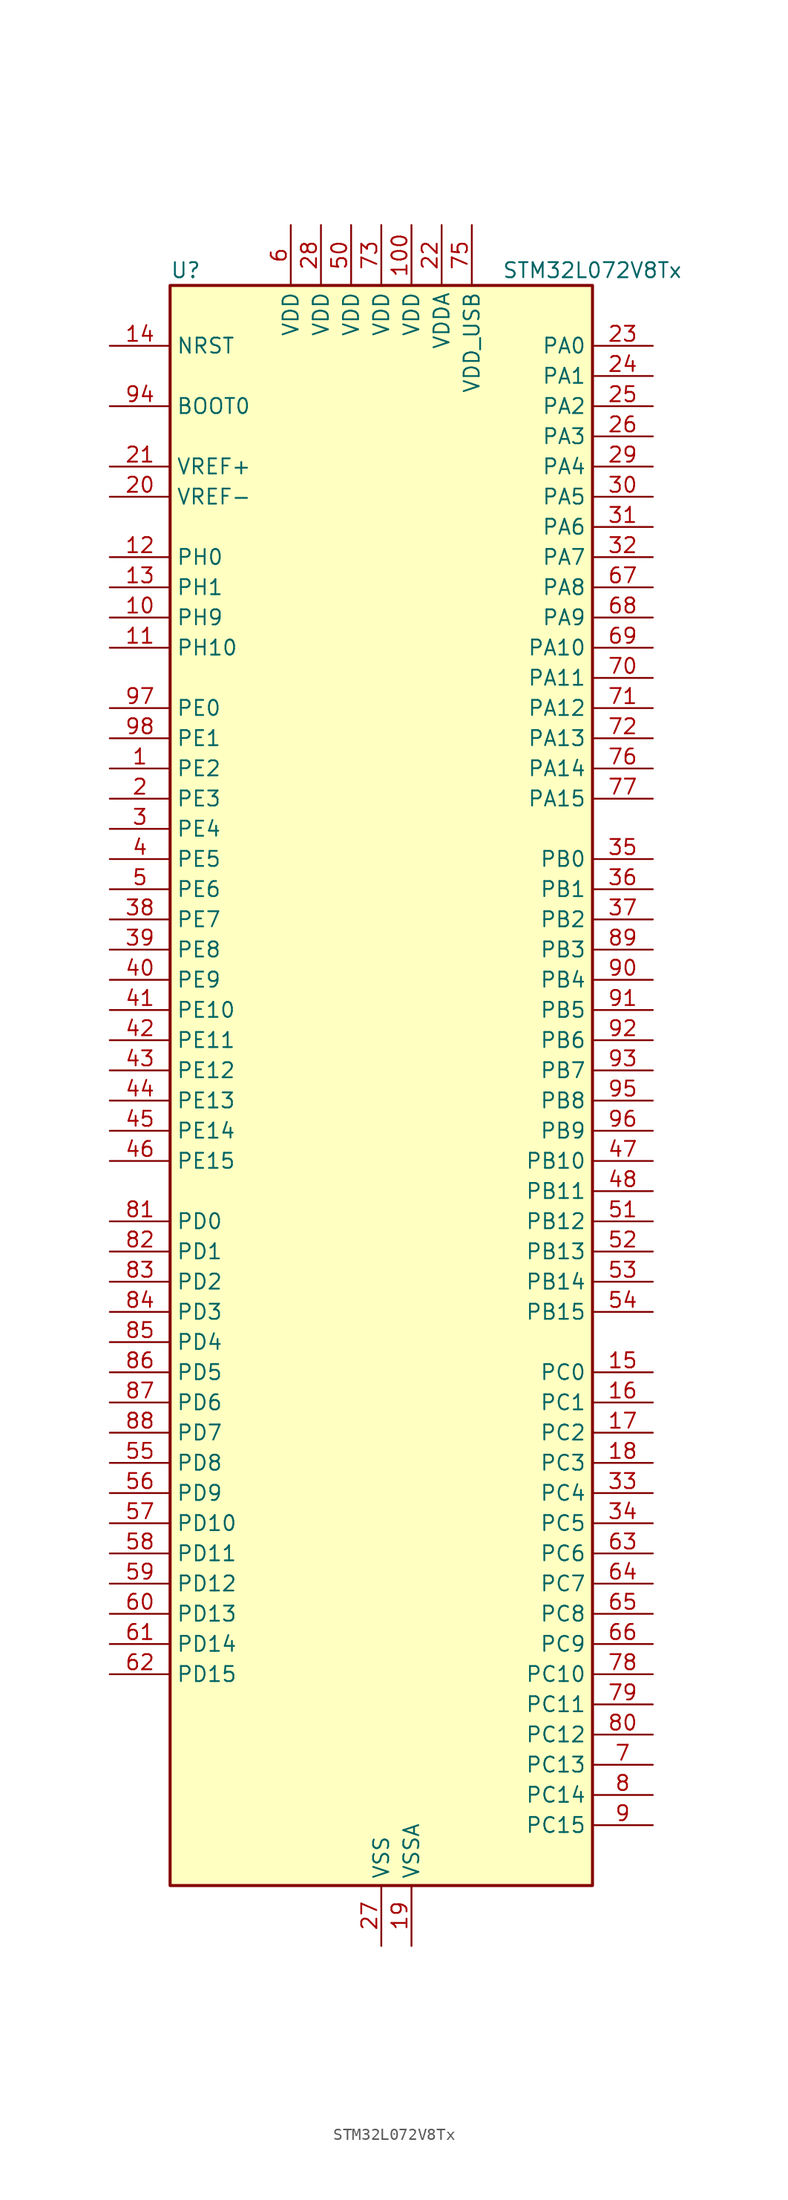
<source format=kicad_sym>
(kicad_symbol_lib
  (version 20241209)
  (generator "kicad_symbol_editor")
  (generator_version "9.0")
  (symbol "STM32L072V8Tx"
    (property "Reference" "U"
      (at -17.78 69.85 0)
      (effects (font (size 1.27 1.27)) (justify left)))
    (property "Value" "STM32L072V8Tx"
      (at 10.16 69.85 0)
      (effects (font (size 1.27 1.27)) (justify left)))
    (symbol "STM32L072V8Tx_0_1"
      (rectangle (start -17.78 -66.04) (end 17.78 68.58) (stroke (width 0.254) (type default)) (fill (type background))))
    (symbol "STM32L072V8Tx_1_1"
      (pin input line (at -22.86 63.5 0) (length 5.08) (name "NRST" (effects (font (size 1.27 1.27)))) (number "14" (effects (font (size 1.27 1.27)))))
      (pin input line (at -22.86 58.42 0) (length 5.08) (name "BOOT0" (effects (font (size 1.27 1.27)))) (number "94" (effects (font (size 1.27 1.27)))))
      (pin input line (at -22.86 53.34 0) (length 5.08) (name "VREF+" (effects (font (size 1.27 1.27)))) (number "21" (effects (font (size 1.27 1.27)))))
      (pin input line (at -22.86 50.8 0) (length 5.08) (name "VREF-" (effects (font (size 1.27 1.27)))) (number "20" (effects (font (size 1.27 1.27)))))
      (pin bidirectional line (at -22.86 45.72 0) (length 5.08) (name "PH0" (effects (font (size 1.27 1.27)))) (number "12" (effects (font (size 1.27 1.27)))) (alternate "CRS_SYNC" bidirectional line) (alternate "RCC_OSC_IN" bidirectional line))
      (pin bidirectional line (at -22.86 43.18 0) (length 5.08) (name "PH1" (effects (font (size 1.27 1.27)))) (number "13" (effects (font (size 1.27 1.27)))) (alternate "RCC_OSC_OUT" bidirectional line))
      (pin bidirectional line (at -22.86 40.64 0) (length 5.08) (name "PH9" (effects (font (size 1.27 1.27)))) (number "10" (effects (font (size 1.27 1.27)))) (alternate "DAC_EXTI9" bidirectional line))
      (pin bidirectional line (at -22.86 38.1 0) (length 5.08) (name "PH10" (effects (font (size 1.27 1.27)))) (number "11" (effects (font (size 1.27 1.27)))))
      (pin bidirectional line (at -22.86 33.02 0) (length 5.08) (name "PE0" (effects (font (size 1.27 1.27)))) (number "97" (effects (font (size 1.27 1.27)))))
      (pin bidirectional line (at -22.86 30.48 0) (length 5.08) (name "PE1" (effects (font (size 1.27 1.27)))) (number "98" (effects (font (size 1.27 1.27)))))
      (pin bidirectional line (at -22.86 27.94 0) (length 5.08) (name "PE2" (effects (font (size 1.27 1.27)))) (number "1" (effects (font (size 1.27 1.27)))) (alternate "TIM3_ETR" bidirectional line))
      (pin bidirectional line (at -22.86 25.4 0) (length 5.08) (name "PE3" (effects (font (size 1.27 1.27)))) (number "2" (effects (font (size 1.27 1.27)))) (alternate "TIM22_CH1" bidirectional line) (alternate "TIM3_CH1" bidirectional line))
      (pin bidirectional line (at -22.86 22.86 0) (length 5.08) (name "PE4" (effects (font (size 1.27 1.27)))) (number "3" (effects (font (size 1.27 1.27)))) (alternate "TIM22_CH2" bidirectional line) (alternate "TIM3_CH2" bidirectional line))
      (pin bidirectional line (at -22.86 20.32 0) (length 5.08) (name "PE5" (effects (font (size 1.27 1.27)))) (number "4" (effects (font (size 1.27 1.27)))) (alternate "TIM21_CH1" bidirectional line) (alternate "TIM3_CH3" bidirectional line))
      (pin bidirectional line (at -22.86 17.78 0) (length 5.08) (name "PE6" (effects (font (size 1.27 1.27)))) (number "5" (effects (font (size 1.27 1.27)))) (alternate "RTC_TAMP3" bidirectional line) (alternate "SYS_WKUP3" bidirectional line) (alternate "TIM21_CH2" bidirectional line) (alternate "TIM3_CH4" bidirectional line))
      (pin bidirectional line (at -22.86 15.24 0) (length 5.08) (name "PE7" (effects (font (size 1.27 1.27)))) (number "38" (effects (font (size 1.27 1.27)))) (alternate "USART5_CK" bidirectional line) (alternate "USART5_DE" bidirectional line) (alternate "USART5_RTS" bidirectional line))
      (pin bidirectional line (at -22.86 12.7 0) (length 5.08) (name "PE8" (effects (font (size 1.27 1.27)))) (number "39" (effects (font (size 1.27 1.27)))) (alternate "USART4_TX" bidirectional line))
      (pin bidirectional line (at -22.86 10.16 0) (length 5.08) (name "PE9" (effects (font (size 1.27 1.27)))) (number "40" (effects (font (size 1.27 1.27)))) (alternate "DAC_EXTI9" bidirectional line) (alternate "TIM2_CH1" bidirectional line) (alternate "TIM2_ETR" bidirectional line) (alternate "USART4_RX" bidirectional line))
      (pin bidirectional line (at -22.86 7.62 0) (length 5.08) (name "PE10" (effects (font (size 1.27 1.27)))) (number "41" (effects (font (size 1.27 1.27)))) (alternate "TIM2_CH2" bidirectional line) (alternate "USART5_TX" bidirectional line))
      (pin bidirectional line (at -22.86 5.08 0) (length 5.08) (name "PE11" (effects (font (size 1.27 1.27)))) (number "42" (effects (font (size 1.27 1.27)))) (alternate "ADC_EXTI11" bidirectional line) (alternate "TIM2_CH3" bidirectional line) (alternate "USART5_RX" bidirectional line))
      (pin bidirectional line (at -22.86 2.54 0) (length 5.08) (name "PE12" (effects (font (size 1.27 1.27)))) (number "43" (effects (font (size 1.27 1.27)))) (alternate "SPI1_NSS" bidirectional line) (alternate "TIM2_CH4" bidirectional line))
      (pin bidirectional line (at -22.86 0 0) (length 5.08) (name "PE13" (effects (font (size 1.27 1.27)))) (number "44" (effects (font (size 1.27 1.27)))) (alternate "SPI1_SCK" bidirectional line))
      (pin bidirectional line (at -22.86 -2.54 0) (length 5.08) (name "PE14" (effects (font (size 1.27 1.27)))) (number "45" (effects (font (size 1.27 1.27)))) (alternate "SPI1_MISO" bidirectional line))
      (pin bidirectional line (at -22.86 -5.08 0) (length 5.08) (name "PE15" (effects (font (size 1.27 1.27)))) (number "46" (effects (font (size 1.27 1.27)))) (alternate "SPI1_MOSI" bidirectional line))
      (pin bidirectional line (at -22.86 -10.16 0) (length 5.08) (name "PD0" (effects (font (size 1.27 1.27)))) (number "81" (effects (font (size 1.27 1.27)))) (alternate "I2S2_WS" bidirectional line) (alternate "SPI2_NSS" bidirectional line) (alternate "TIM21_CH1" bidirectional line))
      (pin bidirectional line (at -22.86 -12.7 0) (length 5.08) (name "PD1" (effects (font (size 1.27 1.27)))) (number "82" (effects (font (size 1.27 1.27)))) (alternate "I2S2_CK" bidirectional line) (alternate "SPI2_SCK" bidirectional line))
      (pin bidirectional line (at -22.86 -15.24 0) (length 5.08) (name "PD2" (effects (font (size 1.27 1.27)))) (number "83" (effects (font (size 1.27 1.27)))) (alternate "LPUART1_DE" bidirectional line) (alternate "LPUART1_RTS" bidirectional line) (alternate "TIM3_ETR" bidirectional line) (alternate "USART5_RX" bidirectional line))
      (pin bidirectional line (at -22.86 -17.78 0) (length 5.08) (name "PD3" (effects (font (size 1.27 1.27)))) (number "84" (effects (font (size 1.27 1.27)))) (alternate "I2S2_MCK" bidirectional line) (alternate "SPI2_MISO" bidirectional line) (alternate "USART2_CTS" bidirectional line))
      (pin bidirectional line (at -22.86 -20.32 0) (length 5.08) (name "PD4" (effects (font (size 1.27 1.27)))) (number "85" (effects (font (size 1.27 1.27)))) (alternate "I2S2_SD" bidirectional line) (alternate "SPI2_MOSI" bidirectional line) (alternate "USART2_DE" bidirectional line) (alternate "USART2_RTS" bidirectional line))
      (pin bidirectional line (at -22.86 -22.86 0) (length 5.08) (name "PD5" (effects (font (size 1.27 1.27)))) (number "86" (effects (font (size 1.27 1.27)))) (alternate "USART2_TX" bidirectional line))
      (pin bidirectional line (at -22.86 -25.4 0) (length 5.08) (name "PD6" (effects (font (size 1.27 1.27)))) (number "87" (effects (font (size 1.27 1.27)))) (alternate "USART2_RX" bidirectional line))
      (pin bidirectional line (at -22.86 -27.94 0) (length 5.08) (name "PD7" (effects (font (size 1.27 1.27)))) (number "88" (effects (font (size 1.27 1.27)))) (alternate "TIM21_CH2" bidirectional line) (alternate "USART2_CK" bidirectional line))
      (pin bidirectional line (at -22.86 -30.48 0) (length 5.08) (name "PD8" (effects (font (size 1.27 1.27)))) (number "55" (effects (font (size 1.27 1.27)))) (alternate "LPUART1_TX" bidirectional line))
      (pin bidirectional line (at -22.86 -33.02 0) (length 5.08) (name "PD9" (effects (font (size 1.27 1.27)))) (number "56" (effects (font (size 1.27 1.27)))) (alternate "DAC_EXTI9" bidirectional line) (alternate "LPUART1_RX" bidirectional line))
      (pin bidirectional line (at -22.86 -35.56 0) (length 5.08) (name "PD10" (effects (font (size 1.27 1.27)))) (number "57" (effects (font (size 1.27 1.27)))))
      (pin bidirectional line (at -22.86 -38.1 0) (length 5.08) (name "PD11" (effects (font (size 1.27 1.27)))) (number "58" (effects (font (size 1.27 1.27)))) (alternate "ADC_EXTI11" bidirectional line) (alternate "LPUART1_CTS" bidirectional line))
      (pin bidirectional line (at -22.86 -40.64 0) (length 5.08) (name "PD12" (effects (font (size 1.27 1.27)))) (number "59" (effects (font (size 1.27 1.27)))) (alternate "LPUART1_DE" bidirectional line) (alternate "LPUART1_RTS" bidirectional line))
      (pin bidirectional line (at -22.86 -43.18 0) (length 5.08) (name "PD13" (effects (font (size 1.27 1.27)))) (number "60" (effects (font (size 1.27 1.27)))))
      (pin bidirectional line (at -22.86 -45.72 0) (length 5.08) (name "PD14" (effects (font (size 1.27 1.27)))) (number "61" (effects (font (size 1.27 1.27)))))
      (pin bidirectional line (at -22.86 -48.26 0) (length 5.08) (name "PD15" (effects (font (size 1.27 1.27)))) (number "62" (effects (font (size 1.27 1.27)))) (alternate "CRS_SYNC" bidirectional line))
      (pin power_in line (at -7.62 73.66 270) (length 5.08) (name "VDD" (effects (font (size 1.27 1.27)))) (number "6" (effects (font (size 1.27 1.27)))))
      (pin power_in line (at -5.08 73.66 270) (length 5.08) (name "VDD" (effects (font (size 1.27 1.27)))) (number "28" (effects (font (size 1.27 1.27)))))
      (pin power_in line (at -2.54 73.66 270) (length 5.08) (name "VDD" (effects (font (size 1.27 1.27)))) (number "50" (effects (font (size 1.27 1.27)))))
      (pin power_in line (at 0 73.66 270) (length 5.08) (name "VDD" (effects (font (size 1.27 1.27)))) (number "73" (effects (font (size 1.27 1.27)))))
      (pin power_in line (at 0 -71.12 90) (length 5.08) (name "VSS" (effects (font (size 1.27 1.27)))) (number "27" (effects (font (size 1.27 1.27)))))
      (pin passive line (at 0 -71.12 90) (length 5.08) (hide yes) (name "VSS" (effects (font (size 1.27 1.27)))) (number "49" (effects (font (size 1.27 1.27)))))
      (pin passive line (at 0 -71.12 90) (length 5.08) (hide yes) (name "VSS" (effects (font (size 1.27 1.27)))) (number "74" (effects (font (size 1.27 1.27)))))
      (pin passive line (at 0 -71.12 90) (length 5.08) (hide yes) (name "VSS" (effects (font (size 1.27 1.27)))) (number "99" (effects (font (size 1.27 1.27)))))
      (pin power_in line (at 2.54 73.66 270) (length 5.08) (name "VDD" (effects (font (size 1.27 1.27)))) (number "100" (effects (font (size 1.27 1.27)))))
      (pin power_in line (at 2.54 -71.12 90) (length 5.08) (name "VSSA" (effects (font (size 1.27 1.27)))) (number "19" (effects (font (size 1.27 1.27)))))
      (pin power_in line (at 5.08 73.66 270) (length 5.08) (name "VDDA" (effects (font (size 1.27 1.27)))) (number "22" (effects (font (size 1.27 1.27)))))
      (pin power_in line (at 7.62 73.66 270) (length 5.08) (name "VDD_USB" (effects (font (size 1.27 1.27)))) (number "75" (effects (font (size 1.27 1.27)))))
      (pin bidirectional line (at 22.86 63.5 180) (length 5.08) (name "PA0" (effects (font (size 1.27 1.27)))) (number "23" (effects (font (size 1.27 1.27)))) (alternate "ADC_IN0" bidirectional line) (alternate "COMP1_INM" bidirectional line) (alternate "COMP1_OUT" bidirectional line) (alternate "RTC_TAMP2" bidirectional line) (alternate "SYS_WKUP1" bidirectional line) (alternate "TIM2_CH1" bidirectional line) (alternate "TIM2_ETR" bidirectional line) (alternate "TSC_G1_IO1" bidirectional line) (alternate "USART2_CTS" bidirectional line) (alternate "USART4_TX" bidirectional line))
      (pin bidirectional line (at 22.86 60.96 180) (length 5.08) (name "PA1" (effects (font (size 1.27 1.27)))) (number "24" (effects (font (size 1.27 1.27)))) (alternate "ADC_IN1" bidirectional line) (alternate "COMP1_INP" bidirectional line) (alternate "TIM21_ETR" bidirectional line) (alternate "TIM2_CH2" bidirectional line) (alternate "TSC_G1_IO2" bidirectional line) (alternate "USART2_DE" bidirectional line) (alternate "USART2_RTS" bidirectional line) (alternate "USART4_RX" bidirectional line))
      (pin bidirectional line (at 22.86 58.42 180) (length 5.08) (name "PA2" (effects (font (size 1.27 1.27)))) (number "25" (effects (font (size 1.27 1.27)))) (alternate "ADC_IN2" bidirectional line) (alternate "COMP2_INM" bidirectional line) (alternate "COMP2_OUT" bidirectional line) (alternate "LPUART1_TX" bidirectional line) (alternate "TIM21_CH1" bidirectional line) (alternate "TIM2_CH3" bidirectional line) (alternate "TSC_G1_IO3" bidirectional line) (alternate "USART2_TX" bidirectional line))
      (pin bidirectional line (at 22.86 55.88 180) (length 5.08) (name "PA3" (effects (font (size 1.27 1.27)))) (number "26" (effects (font (size 1.27 1.27)))) (alternate "ADC_IN3" bidirectional line) (alternate "COMP2_INP" bidirectional line) (alternate "LPUART1_RX" bidirectional line) (alternate "TIM21_CH2" bidirectional line) (alternate "TIM2_CH4" bidirectional line) (alternate "TSC_G1_IO4" bidirectional line) (alternate "USART2_RX" bidirectional line))
      (pin bidirectional line (at 22.86 53.34 180) (length 5.08) (name "PA4" (effects (font (size 1.27 1.27)))) (number "29" (effects (font (size 1.27 1.27)))) (alternate "ADC_IN4" bidirectional line) (alternate "COMP1_INM" bidirectional line) (alternate "COMP2_INM" bidirectional line) (alternate "DAC_OUT1" bidirectional line) (alternate "SPI1_NSS" bidirectional line) (alternate "TIM22_ETR" bidirectional line) (alternate "TSC_G2_IO1" bidirectional line) (alternate "USART2_CK" bidirectional line))
      (pin bidirectional line (at 22.86 50.8 180) (length 5.08) (name "PA5" (effects (font (size 1.27 1.27)))) (number "30" (effects (font (size 1.27 1.27)))) (alternate "ADC_IN5" bidirectional line) (alternate "COMP1_INM" bidirectional line) (alternate "COMP2_INM" bidirectional line) (alternate "DAC_OUT2" bidirectional line) (alternate "SPI1_SCK" bidirectional line) (alternate "TIM2_CH1" bidirectional line) (alternate "TIM2_ETR" bidirectional line) (alternate "TSC_G2_IO2" bidirectional line))
      (pin bidirectional line (at 22.86 48.26 180) (length 5.08) (name "PA6" (effects (font (size 1.27 1.27)))) (number "31" (effects (font (size 1.27 1.27)))) (alternate "ADC_IN6" bidirectional line) (alternate "COMP1_OUT" bidirectional line) (alternate "LPUART1_CTS" bidirectional line) (alternate "SPI1_MISO" bidirectional line) (alternate "TIM22_CH1" bidirectional line) (alternate "TIM3_CH1" bidirectional line) (alternate "TSC_G2_IO3" bidirectional line))
      (pin bidirectional line (at 22.86 45.72 180) (length 5.08) (name "PA7" (effects (font (size 1.27 1.27)))) (number "32" (effects (font (size 1.27 1.27)))) (alternate "ADC_IN7" bidirectional line) (alternate "COMP2_OUT" bidirectional line) (alternate "SPI1_MOSI" bidirectional line) (alternate "TIM22_CH2" bidirectional line) (alternate "TIM3_CH2" bidirectional line) (alternate "TSC_G2_IO4" bidirectional line))
      (pin bidirectional line (at 22.86 43.18 180) (length 5.08) (name "PA8" (effects (font (size 1.27 1.27)))) (number "67" (effects (font (size 1.27 1.27)))) (alternate "CRS_SYNC" bidirectional line) (alternate "I2C3_SCL" bidirectional line) (alternate "RCC_MCO" bidirectional line) (alternate "USART1_CK" bidirectional line))
      (pin bidirectional line (at 22.86 40.64 180) (length 5.08) (name "PA9" (effects (font (size 1.27 1.27)))) (number "68" (effects (font (size 1.27 1.27)))) (alternate "DAC_EXTI9" bidirectional line) (alternate "I2C1_SCL" bidirectional line) (alternate "I2C3_SMBA" bidirectional line) (alternate "RCC_MCO" bidirectional line) (alternate "TSC_G4_IO1" bidirectional line) (alternate "USART1_TX" bidirectional line))
      (pin bidirectional line (at 22.86 38.1 180) (length 5.08) (name "PA10" (effects (font (size 1.27 1.27)))) (number "69" (effects (font (size 1.27 1.27)))) (alternate "I2C1_SDA" bidirectional line) (alternate "TSC_G4_IO2" bidirectional line) (alternate "USART1_RX" bidirectional line))
      (pin bidirectional line (at 22.86 35.56 180) (length 5.08) (name "PA11" (effects (font (size 1.27 1.27)))) (number "70" (effects (font (size 1.27 1.27)))) (alternate "ADC_EXTI11" bidirectional line) (alternate "COMP1_OUT" bidirectional line) (alternate "SPI1_MISO" bidirectional line) (alternate "TSC_G4_IO3" bidirectional line) (alternate "USART1_CTS" bidirectional line) (alternate "USB_DM" bidirectional line))
      (pin bidirectional line (at 22.86 33.02 180) (length 5.08) (name "PA12" (effects (font (size 1.27 1.27)))) (number "71" (effects (font (size 1.27 1.27)))) (alternate "COMP2_OUT" bidirectional line) (alternate "SPI1_MOSI" bidirectional line) (alternate "TSC_G4_IO4" bidirectional line) (alternate "USART1_DE" bidirectional line) (alternate "USART1_RTS" bidirectional line) (alternate "USB_DP" bidirectional line))
      (pin bidirectional line (at 22.86 30.48 180) (length 5.08) (name "PA13" (effects (font (size 1.27 1.27)))) (number "72" (effects (font (size 1.27 1.27)))) (alternate "LPUART1_RX" bidirectional line) (alternate "SYS_SWDIO" bidirectional line) (alternate "USB_NOE" bidirectional line))
      (pin bidirectional line (at 22.86 27.94 180) (length 5.08) (name "PA14" (effects (font (size 1.27 1.27)))) (number "76" (effects (font (size 1.27 1.27)))) (alternate "LPUART1_TX" bidirectional line) (alternate "SYS_SWCLK" bidirectional line) (alternate "USART2_TX" bidirectional line))
      (pin bidirectional line (at 22.86 25.4 180) (length 5.08) (name "PA15" (effects (font (size 1.27 1.27)))) (number "77" (effects (font (size 1.27 1.27)))) (alternate "SPI1_NSS" bidirectional line) (alternate "TIM2_CH1" bidirectional line) (alternate "TIM2_ETR" bidirectional line) (alternate "USART2_RX" bidirectional line) (alternate "USART4_DE" bidirectional line) (alternate "USART4_RTS" bidirectional line))
      (pin bidirectional line (at 22.86 20.32 180) (length 5.08) (name "PB0" (effects (font (size 1.27 1.27)))) (number "35" (effects (font (size 1.27 1.27)))) (alternate "ADC_IN8" bidirectional line) (alternate "SYS_VREF_OUT_PB0" bidirectional line) (alternate "TIM3_CH3" bidirectional line) (alternate "TSC_G3_IO2" bidirectional line))
      (pin bidirectional line (at 22.86 17.78 180) (length 5.08) (name "PB1" (effects (font (size 1.27 1.27)))) (number "36" (effects (font (size 1.27 1.27)))) (alternate "ADC_IN9" bidirectional line) (alternate "LPUART1_DE" bidirectional line) (alternate "LPUART1_RTS" bidirectional line) (alternate "SYS_VREF_OUT_PB1" bidirectional line) (alternate "TIM3_CH4" bidirectional line) (alternate "TSC_G3_IO3" bidirectional line))
      (pin bidirectional line (at 22.86 15.24 180) (length 5.08) (name "PB2" (effects (font (size 1.27 1.27)))) (number "37" (effects (font (size 1.27 1.27)))) (alternate "I2C3_SMBA" bidirectional line) (alternate "LPTIM1_OUT" bidirectional line) (alternate "TSC_G3_IO4" bidirectional line))
      (pin bidirectional line (at 22.86 12.7 180) (length 5.08) (name "PB3" (effects (font (size 1.27 1.27)))) (number "89" (effects (font (size 1.27 1.27)))) (alternate "COMP2_INM" bidirectional line) (alternate "SPI1_SCK" bidirectional line) (alternate "TIM2_CH2" bidirectional line) (alternate "TSC_G5_IO1" bidirectional line) (alternate "USART1_DE" bidirectional line) (alternate "USART1_RTS" bidirectional line) (alternate "USART5_TX" bidirectional line))
      (pin bidirectional line (at 22.86 10.16 180) (length 5.08) (name "PB4" (effects (font (size 1.27 1.27)))) (number "90" (effects (font (size 1.27 1.27)))) (alternate "COMP2_INP" bidirectional line) (alternate "I2C3_SDA" bidirectional line) (alternate "SPI1_MISO" bidirectional line) (alternate "TIM22_CH1" bidirectional line) (alternate "TIM3_CH1" bidirectional line) (alternate "TSC_G5_IO2" bidirectional line) (alternate "USART1_CTS" bidirectional line) (alternate "USART5_RX" bidirectional line))
      (pin bidirectional line (at 22.86 7.62 180) (length 5.08) (name "PB5" (effects (font (size 1.27 1.27)))) (number "91" (effects (font (size 1.27 1.27)))) (alternate "COMP2_INP" bidirectional line) (alternate "I2C1_SMBA" bidirectional line) (alternate "LPTIM1_IN1" bidirectional line) (alternate "SPI1_MOSI" bidirectional line) (alternate "TIM22_CH2" bidirectional line) (alternate "TIM3_CH2" bidirectional line) (alternate "USART1_CK" bidirectional line) (alternate "USART5_CK" bidirectional line) (alternate "USART5_DE" bidirectional line) (alternate "USART5_RTS" bidirectional line))
      (pin bidirectional line (at 22.86 5.08 180) (length 5.08) (name "PB6" (effects (font (size 1.27 1.27)))) (number "92" (effects (font (size 1.27 1.27)))) (alternate "COMP2_INP" bidirectional line) (alternate "I2C1_SCL" bidirectional line) (alternate "LPTIM1_ETR" bidirectional line) (alternate "TSC_G5_IO3" bidirectional line) (alternate "USART1_TX" bidirectional line))
      (pin bidirectional line (at 22.86 2.54 180) (length 5.08) (name "PB7" (effects (font (size 1.27 1.27)))) (number "93" (effects (font (size 1.27 1.27)))) (alternate "COMP2_INP" bidirectional line) (alternate "I2C1_SDA" bidirectional line) (alternate "LPTIM1_IN2" bidirectional line) (alternate "SYS_PVD_IN" bidirectional line) (alternate "TSC_G5_IO4" bidirectional line) (alternate "USART1_RX" bidirectional line) (alternate "USART4_CTS" bidirectional line))
      (pin bidirectional line (at 22.86 0 180) (length 5.08) (name "PB8" (effects (font (size 1.27 1.27)))) (number "95" (effects (font (size 1.27 1.27)))) (alternate "I2C1_SCL" bidirectional line) (alternate "TSC_SYNC" bidirectional line))
      (pin bidirectional line (at 22.86 -2.54 180) (length 5.08) (name "PB9" (effects (font (size 1.27 1.27)))) (number "96" (effects (font (size 1.27 1.27)))) (alternate "DAC_EXTI9" bidirectional line) (alternate "I2C1_SDA" bidirectional line) (alternate "I2S2_WS" bidirectional line) (alternate "SPI2_NSS" bidirectional line))
      (pin bidirectional line (at 22.86 -5.08 180) (length 5.08) (name "PB10" (effects (font (size 1.27 1.27)))) (number "47" (effects (font (size 1.27 1.27)))) (alternate "I2C2_SCL" bidirectional line) (alternate "LPUART1_RX" bidirectional line) (alternate "LPUART1_TX" bidirectional line) (alternate "SPI2_SCK" bidirectional line) (alternate "TIM2_CH3" bidirectional line) (alternate "TSC_SYNC" bidirectional line))
      (pin bidirectional line (at 22.86 -7.62 180) (length 5.08) (name "PB11" (effects (font (size 1.27 1.27)))) (number "48" (effects (font (size 1.27 1.27)))) (alternate "ADC_EXTI11" bidirectional line) (alternate "I2C2_SDA" bidirectional line) (alternate "LPUART1_RX" bidirectional line) (alternate "LPUART1_TX" bidirectional line) (alternate "TIM2_CH4" bidirectional line) (alternate "TSC_G6_IO1" bidirectional line))
      (pin bidirectional line (at 22.86 -10.16 180) (length 5.08) (name "PB12" (effects (font (size 1.27 1.27)))) (number "51" (effects (font (size 1.27 1.27)))) (alternate "I2S2_WS" bidirectional line) (alternate "LPUART1_DE" bidirectional line) (alternate "LPUART1_RTS" bidirectional line) (alternate "SPI2_NSS" bidirectional line) (alternate "TSC_G6_IO2" bidirectional line))
      (pin bidirectional line (at 22.86 -12.7 180) (length 5.08) (name "PB13" (effects (font (size 1.27 1.27)))) (number "52" (effects (font (size 1.27 1.27)))) (alternate "I2C2_SCL" bidirectional line) (alternate "I2S2_CK" bidirectional line) (alternate "LPUART1_CTS" bidirectional line) (alternate "RCC_MCO" bidirectional line) (alternate "SPI2_SCK" bidirectional line) (alternate "TIM21_CH1" bidirectional line) (alternate "TSC_G6_IO3" bidirectional line))
      (pin bidirectional line (at 22.86 -15.24 180) (length 5.08) (name "PB14" (effects (font (size 1.27 1.27)))) (number "53" (effects (font (size 1.27 1.27)))) (alternate "I2C2_SDA" bidirectional line) (alternate "I2S2_MCK" bidirectional line) (alternate "LPUART1_DE" bidirectional line) (alternate "LPUART1_RTS" bidirectional line) (alternate "RTC_OUT_ALARM" bidirectional line) (alternate "RTC_OUT_CALIB" bidirectional line) (alternate "SPI2_MISO" bidirectional line) (alternate "TIM21_CH2" bidirectional line) (alternate "TSC_G6_IO4" bidirectional line))
      (pin bidirectional line (at 22.86 -17.78 180) (length 5.08) (name "PB15" (effects (font (size 1.27 1.27)))) (number "54" (effects (font (size 1.27 1.27)))) (alternate "I2S2_SD" bidirectional line) (alternate "RTC_REFIN" bidirectional line) (alternate "SPI2_MOSI" bidirectional line))
      (pin bidirectional line (at 22.86 -22.86 180) (length 5.08) (name "PC0" (effects (font (size 1.27 1.27)))) (number "15" (effects (font (size 1.27 1.27)))) (alternate "ADC_IN10" bidirectional line) (alternate "I2C3_SCL" bidirectional line) (alternate "LPTIM1_IN1" bidirectional line) (alternate "LPUART1_RX" bidirectional line) (alternate "TSC_G7_IO1" bidirectional line))
      (pin bidirectional line (at 22.86 -25.4 180) (length 5.08) (name "PC1" (effects (font (size 1.27 1.27)))) (number "16" (effects (font (size 1.27 1.27)))) (alternate "ADC_IN11" bidirectional line) (alternate "I2C3_SDA" bidirectional line) (alternate "LPTIM1_OUT" bidirectional line) (alternate "LPUART1_TX" bidirectional line) (alternate "TSC_G7_IO2" bidirectional line))
      (pin bidirectional line (at 22.86 -27.94 180) (length 5.08) (name "PC2" (effects (font (size 1.27 1.27)))) (number "17" (effects (font (size 1.27 1.27)))) (alternate "ADC_IN12" bidirectional line) (alternate "I2S2_MCK" bidirectional line) (alternate "LPTIM1_IN2" bidirectional line) (alternate "SPI2_MISO" bidirectional line) (alternate "TSC_G7_IO3" bidirectional line))
      (pin bidirectional line (at 22.86 -30.48 180) (length 5.08) (name "PC3" (effects (font (size 1.27 1.27)))) (number "18" (effects (font (size 1.27 1.27)))) (alternate "ADC_IN13" bidirectional line) (alternate "I2S2_SD" bidirectional line) (alternate "LPTIM1_ETR" bidirectional line) (alternate "SPI2_MOSI" bidirectional line) (alternate "TSC_G7_IO4" bidirectional line))
      (pin bidirectional line (at 22.86 -33.02 180) (length 5.08) (name "PC4" (effects (font (size 1.27 1.27)))) (number "33" (effects (font (size 1.27 1.27)))) (alternate "ADC_IN14" bidirectional line) (alternate "LPUART1_TX" bidirectional line))
      (pin bidirectional line (at 22.86 -35.56 180) (length 5.08) (name "PC5" (effects (font (size 1.27 1.27)))) (number "34" (effects (font (size 1.27 1.27)))) (alternate "ADC_IN15" bidirectional line) (alternate "LPUART1_RX" bidirectional line) (alternate "TSC_G3_IO1" bidirectional line))
      (pin bidirectional line (at 22.86 -38.1 180) (length 5.08) (name "PC6" (effects (font (size 1.27 1.27)))) (number "63" (effects (font (size 1.27 1.27)))) (alternate "TIM22_CH1" bidirectional line) (alternate "TIM3_CH1" bidirectional line) (alternate "TSC_G8_IO1" bidirectional line))
      (pin bidirectional line (at 22.86 -40.64 180) (length 5.08) (name "PC7" (effects (font (size 1.27 1.27)))) (number "64" (effects (font (size 1.27 1.27)))) (alternate "TIM22_CH2" bidirectional line) (alternate "TIM3_CH2" bidirectional line) (alternate "TSC_G8_IO2" bidirectional line))
      (pin bidirectional line (at 22.86 -43.18 180) (length 5.08) (name "PC8" (effects (font (size 1.27 1.27)))) (number "65" (effects (font (size 1.27 1.27)))) (alternate "TIM22_ETR" bidirectional line) (alternate "TIM3_CH3" bidirectional line) (alternate "TSC_G8_IO3" bidirectional line))
      (pin bidirectional line (at 22.86 -45.72 180) (length 5.08) (name "PC9" (effects (font (size 1.27 1.27)))) (number "66" (effects (font (size 1.27 1.27)))) (alternate "DAC_EXTI9" bidirectional line) (alternate "I2C3_SDA" bidirectional line) (alternate "TIM21_ETR" bidirectional line) (alternate "TIM3_CH4" bidirectional line) (alternate "TSC_G8_IO4" bidirectional line) (alternate "USB_NOE" bidirectional line))
      (pin bidirectional line (at 22.86 -48.26 180) (length 5.08) (name "PC10" (effects (font (size 1.27 1.27)))) (number "78" (effects (font (size 1.27 1.27)))) (alternate "LPUART1_TX" bidirectional line) (alternate "USART4_TX" bidirectional line))
      (pin bidirectional line (at 22.86 -50.8 180) (length 5.08) (name "PC11" (effects (font (size 1.27 1.27)))) (number "79" (effects (font (size 1.27 1.27)))) (alternate "ADC_EXTI11" bidirectional line) (alternate "LPUART1_RX" bidirectional line) (alternate "USART4_RX" bidirectional line))
      (pin bidirectional line (at 22.86 -53.34 180) (length 5.08) (name "PC12" (effects (font (size 1.27 1.27)))) (number "80" (effects (font (size 1.27 1.27)))) (alternate "USART4_CK" bidirectional line) (alternate "USART5_TX" bidirectional line))
      (pin bidirectional line (at 22.86 -55.88 180) (length 5.08) (name "PC13" (effects (font (size 1.27 1.27)))) (number "7" (effects (font (size 1.27 1.27)))) (alternate "RTC_OUT_ALARM" bidirectional line) (alternate "RTC_OUT_CALIB" bidirectional line) (alternate "RTC_TAMP1" bidirectional line) (alternate "RTC_TS" bidirectional line) (alternate "SYS_WKUP2" bidirectional line))
      (pin bidirectional line (at 22.86 -58.42 180) (length 5.08) (name "PC14" (effects (font (size 1.27 1.27)))) (number "8" (effects (font (size 1.27 1.27)))) (alternate "RCC_OSC32_IN" bidirectional line))
      (pin bidirectional line (at 22.86 -60.96 180) (length 5.08) (name "PC15" (effects (font (size 1.27 1.27)))) (number "9" (effects (font (size 1.27 1.27)))) (alternate "RCC_OSC32_OUT" bidirectional line)))))
</source>
